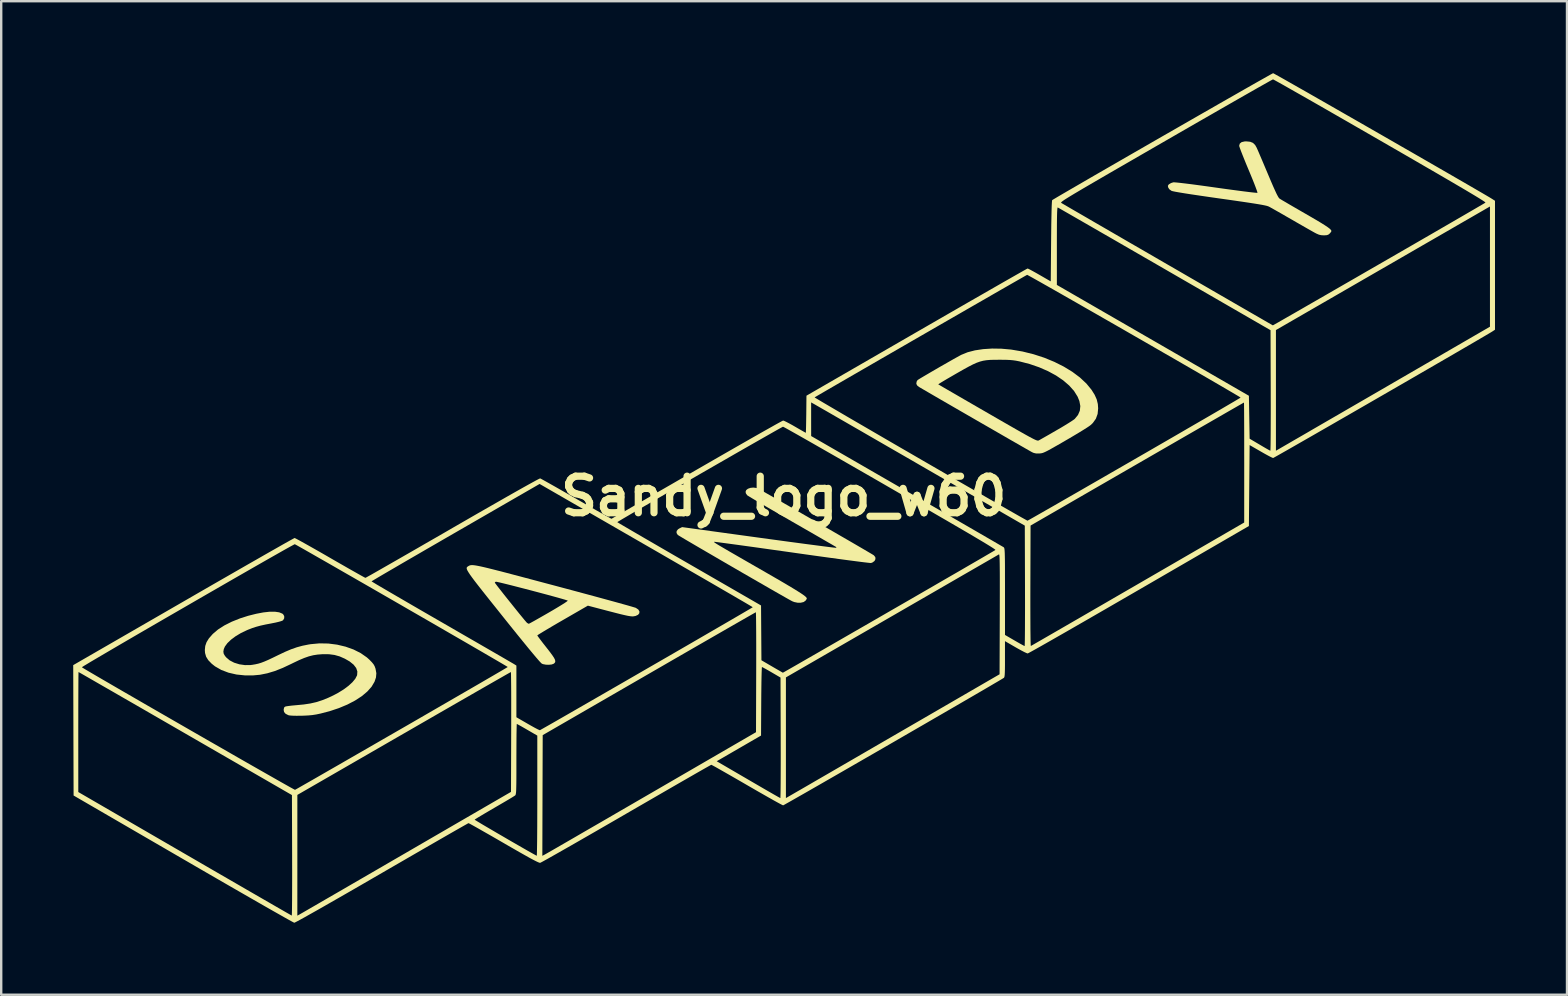
<source format=kicad_pcb>
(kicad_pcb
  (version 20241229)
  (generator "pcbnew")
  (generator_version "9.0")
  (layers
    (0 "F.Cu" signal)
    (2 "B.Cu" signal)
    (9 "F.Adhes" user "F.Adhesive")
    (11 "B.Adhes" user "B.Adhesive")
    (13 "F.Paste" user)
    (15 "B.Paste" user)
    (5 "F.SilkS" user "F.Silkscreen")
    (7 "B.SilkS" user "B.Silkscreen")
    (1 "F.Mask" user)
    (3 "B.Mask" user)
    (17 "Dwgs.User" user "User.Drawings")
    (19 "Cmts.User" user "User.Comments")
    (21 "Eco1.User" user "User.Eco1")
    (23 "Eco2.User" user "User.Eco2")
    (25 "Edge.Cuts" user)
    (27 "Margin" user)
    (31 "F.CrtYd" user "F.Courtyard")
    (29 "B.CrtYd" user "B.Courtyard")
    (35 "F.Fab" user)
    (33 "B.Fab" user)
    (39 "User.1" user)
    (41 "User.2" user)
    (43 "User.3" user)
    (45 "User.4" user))
  (footprint "Sandy_logo_w60"
    (layer "F.Cu")
    (at 29.604 17.624)
    (property "Reference" "Sandy_logo_w60" (at 0 0 0) (layer "F.SilkS") (effects (font (size 1.524 1.524) (thickness 0.3))))
    (attr board_only exclude_from_pos_files exclude_from_bom)
    (fp_poly (pts (xy 19.432 -14.768) (xy 19.551 -14.72) (xy 19.64 -14.632) (xy 19.701 -14.525) (xy 19.73 -14.46) (xy 19.78 -14.347) (xy 19.845 -14.194) (xy 19.924 -14.009) (xy 20.013 -13.799) (xy 20.108 -13.574) (xy 20.177 -13.411) (xy 20.294 -13.134) (xy 20.391 -12.909) (xy 20.471 -12.731) (xy 20.534 -12.596) (xy 20.585 -12.499) (xy 20.623 -12.436) (xy 20.652 -12.403) (xy 20.655 -12.401) (xy 20.698 -12.374) (xy 20.786 -12.321) (xy 20.915 -12.246) (xy 21.076 -12.151) (xy 21.264 -12.042) (xy 21.473 -11.921) (xy 21.696 -11.792) (xy 21.707 -11.786) (xy 21.987 -11.624) (xy 22.218 -11.489) (xy 22.404 -11.377) (xy 22.55 -11.285) (xy 22.66 -11.211) (xy 22.738 -11.153) (xy 22.787 -11.106) (xy 22.812 -11.07) (xy 22.818 -11.046) (xy 22.798 -11.006) (xy 22.751 -10.949) (xy 22.744 -10.942) (xy 22.689 -10.898) (xy 22.624 -10.876) (xy 22.526 -10.869) (xy 22.497 -10.869) (xy 22.392 -10.875) (xy 22.299 -10.896) (xy 22.196 -10.94) (xy 22.112 -10.984) (xy 22.032 -11.029) (xy 21.908 -11.099) (xy 21.75 -11.189) (xy 21.567 -11.294) (xy 21.366 -11.409) (xy 21.159 -11.529) (xy 21.122 -11.55) (xy 20.918 -11.667) (xy 20.726 -11.778) (xy 20.552 -11.877) (xy 20.405 -11.96) (xy 20.292 -12.023) (xy 20.221 -12.062) (xy 20.211 -12.067) (xy 20.174 -12.082) (xy 20.118 -12.099) (xy 20.04 -12.117) (xy 19.934 -12.138) (xy 19.798 -12.162) (xy 19.626 -12.19) (xy 19.415 -12.223) (xy 19.161 -12.261) (xy 18.859 -12.305) (xy 18.504 -12.356) (xy 18.169 -12.403) (xy 17.721 -12.467) (xy 17.326 -12.525) (xy 16.988 -12.575) (xy 16.705 -12.619) (xy 16.48 -12.656) (xy 16.312 -12.686) (xy 16.202 -12.709) (xy 16.153 -12.724) (xy 16.063 -12.79) (xy 16.018 -12.861) (xy 16.004 -12.929) (xy 16.03 -12.977) (xy 16.058 -13.002) (xy 16.138 -13.048) (xy 16.227 -13.077) (xy 16.28 -13.077) (xy 16.388 -13.068) (xy 16.549 -13.051) (xy 16.759 -13.026) (xy 17.015 -12.994) (xy 17.314 -12.954) (xy 17.651 -12.908) (xy 18.019 -12.856) (xy 18.331 -12.812) (xy 18.625 -12.772) (xy 18.896 -12.736) (xy 19.139 -12.704) (xy 19.347 -12.678) (xy 19.516 -12.658) (xy 19.641 -12.645) (xy 19.716 -12.639) (xy 19.736 -12.64) (xy 19.731 -12.672) (xy 19.704 -12.753) (xy 19.659 -12.876) (xy 19.598 -13.035) (xy 19.523 -13.222) (xy 19.437 -13.431) (xy 19.368 -13.596) (xy 19.274 -13.821) (xy 19.189 -14.03) (xy 19.114 -14.217) (xy 19.052 -14.375) (xy 19.007 -14.497) (xy 18.981 -14.575) (xy 18.975 -14.6) (xy 19.001 -14.692) (xy 19.077 -14.753) (xy 19.201 -14.781) (xy 19.27 -14.784)) (stroke (width 0) (type solid)) (fill yes) (layer "F.SilkS"))
    (fp_poly (pts (xy -21.022 4.838) (xy -20.891 4.892) (xy -20.859 4.917) (xy -20.813 4.993) (xy -20.812 5.082) (xy -20.855 5.16) (xy -20.879 5.18) (xy -20.935 5.203) (xy -21.036 5.232) (xy -21.17 5.264) (xy -21.321 5.294) (xy -21.339 5.298) (xy -21.592 5.346) (xy -21.801 5.392) (xy -21.981 5.441) (xy -22.147 5.495) (xy -22.316 5.561) (xy -22.37 5.584) (xy -22.617 5.702) (xy -22.839 5.835) (xy -23.029 5.977) (xy -23.18 6.122) (xy -23.284 6.264) (xy -23.33 6.371) (xy -23.348 6.476) (xy -23.333 6.565) (xy -23.279 6.656) (xy -23.228 6.717) (xy -23.085 6.839) (xy -22.899 6.936) (xy -22.683 7.003) (xy -22.45 7.037) (xy -22.213 7.034) (xy -22.142 7.025) (xy -22.013 7.003) (xy -21.893 6.976) (xy -21.771 6.939) (xy -21.638 6.888) (xy -21.482 6.821) (xy -21.293 6.732) (xy -21.067 6.622) (xy -20.779 6.485) (xy -20.524 6.377) (xy -20.287 6.294) (xy -20.052 6.23) (xy -19.803 6.18) (xy -19.711 6.165) (xy -19.344 6.131) (xy -18.974 6.138) (xy -18.607 6.185) (xy -18.255 6.269) (xy -17.924 6.387) (xy -17.626 6.537) (xy -17.368 6.717) (xy -17.265 6.81) (xy -17.161 6.917) (xy -17.092 7.001) (xy -17.046 7.081) (xy -17.013 7.172) (xy -17.008 7.188) (xy -16.974 7.374) (xy -16.989 7.55) (xy -17.05 7.73) (xy -17.173 7.938) (xy -17.352 8.139) (xy -17.582 8.332) (xy -17.859 8.512) (xy -18.178 8.679) (xy -18.534 8.828) (xy -18.925 8.958) (xy -19.294 9.054) (xy -19.473 9.092) (xy -19.638 9.118) (xy -19.811 9.134) (xy -20.013 9.144) (xy -20.101 9.146) (xy -20.304 9.148) (xy -20.468 9.144) (xy -20.585 9.135) (xy -20.641 9.123) (xy -20.756 9.064) (xy -20.819 8.99) (xy -20.836 8.898) (xy -20.818 8.807) (xy -20.779 8.769) (xy -20.729 8.755) (xy -20.632 8.74) (xy -20.501 8.724) (xy -20.349 8.71) (xy -20.314 8.707) (xy -19.998 8.677) (xy -19.725 8.636) (xy -19.476 8.579) (xy -19.234 8.501) (xy -18.983 8.4) (xy -18.83 8.33) (xy -18.572 8.196) (xy -18.339 8.052) (xy -18.136 7.901) (xy -17.972 7.751) (xy -17.851 7.605) (xy -17.781 7.47) (xy -17.775 7.45) (xy -17.765 7.302) (xy -17.814 7.158) (xy -17.921 7.019) (xy -18.086 6.885) (xy -18.286 6.77) (xy -18.504 6.674) (xy -18.717 6.614) (xy -18.944 6.584) (xy -19.206 6.582) (xy -19.23 6.583) (xy -19.423 6.598) (xy -19.604 6.626) (xy -19.785 6.672) (xy -19.978 6.739) (xy -20.196 6.831) (xy -20.448 6.951) (xy -20.506 6.98) (xy -20.871 7.152) (xy -21.204 7.284) (xy -21.517 7.378) (xy -21.82 7.439) (xy -22.125 7.467) (xy -22.441 7.466) (xy -22.443 7.466) (xy -22.802 7.429) (xy -23.135 7.352) (xy -23.435 7.238) (xy -23.695 7.089) (xy -23.836 6.977) (xy -23.977 6.831) (xy -24.066 6.688) (xy -24.111 6.532) (xy -24.12 6.409) (xy -24.103 6.24) (xy -24.048 6.081) (xy -23.95 5.923) (xy -23.802 5.754) (xy -23.781 5.732) (xy -23.57 5.553) (xy -23.306 5.384) (xy -22.997 5.228) (xy -22.649 5.089) (xy -22.313 4.982) (xy -21.982 4.899) (xy -21.684 4.842) (xy -21.422 4.813) (xy -21.2 4.812)) (stroke (width 0) (type solid)) (fill yes) (layer "F.SilkS"))
    (fp_poly (pts (xy -12.921 2.874) (xy -12.844 2.884) (xy -12.748 2.901) (xy -12.629 2.925) (xy -12.483 2.958) (xy -12.308 3) (xy -12.1 3.052) (xy -11.856 3.114) (xy -11.574 3.187) (xy -11.248 3.273) (xy -10.877 3.371) (xy -10.458 3.482) (xy -9.986 3.608) (xy -9.563 3.72) (xy -9.129 3.836) (xy -8.71 3.948) (xy -8.31 4.056) (xy -7.931 4.158) (xy -7.579 4.254) (xy -7.257 4.342) (xy -6.969 4.421) (xy -6.718 4.491) (xy -6.509 4.549) (xy -6.346 4.596) (xy -6.232 4.63) (xy -6.17 4.649) (xy -6.163 4.652) (xy -6.06 4.721) (xy -6.013 4.799) (xy -6.017 4.875) (xy -6.071 4.942) (xy -6.173 4.989) (xy -6.265 5.006) (xy -6.321 5.007) (xy -6.395 5) (xy -6.494 4.984) (xy -6.624 4.956) (xy -6.791 4.917) (xy -7.003 4.863) (xy -7.266 4.795) (xy -7.286 4.79) (xy -8.161 4.56) (xy -9.214 5.168) (xy -9.443 5.3) (xy -9.654 5.424) (xy -9.843 5.536) (xy -10.004 5.632) (xy -10.132 5.71) (xy -10.22 5.765) (xy -10.264 5.796) (xy -10.268 5.8) (xy -10.25 5.83) (xy -10.2 5.899) (xy -10.124 6) (xy -10.028 6.126) (xy -9.916 6.268) (xy -9.893 6.297) (xy -9.751 6.479) (xy -9.645 6.622) (xy -9.572 6.732) (xy -9.531 6.814) (xy -9.518 6.876) (xy -9.529 6.924) (xy -9.564 6.963) (xy -9.584 6.979) (xy -9.666 7.01) (xy -9.783 7.023) (xy -9.911 7.019) (xy -10.027 6.997) (xy -10.076 6.978) (xy -10.115 6.944) (xy -10.191 6.863) (xy -10.303 6.734) (xy -10.452 6.557) (xy -10.637 6.334) (xy -10.859 6.062) (xy -11.118 5.743) (xy -11.413 5.377) (xy -11.69 5.031) (xy -11.972 4.677) (xy -12.22 4.367) (xy -12.434 4.098) (xy -12.617 3.867) (xy -12.771 3.67) (xy -12.826 3.599) (xy -12.039 3.599) (xy -12.021 3.627) (xy -11.97 3.695) (xy -11.892 3.797) (xy -11.791 3.925) (xy -11.674 4.075) (xy -11.544 4.238) (xy -11.407 4.409) (xy -11.269 4.581) (xy -11.135 4.748) (xy -11.01 4.903) (xy -10.898 5.039) (xy -10.806 5.151) (xy -10.738 5.231) (xy -10.7 5.273) (xy -10.696 5.277) (xy -10.644 5.308) (xy -10.622 5.314) (xy -10.59 5.3) (xy -10.514 5.259) (xy -10.398 5.195) (xy -10.25 5.111) (xy -10.076 5.012) (xy -9.882 4.901) (xy -9.785 4.845) (xy -9.586 4.729) (xy -9.407 4.622) (xy -9.253 4.528) (xy -9.129 4.45) (xy -9.044 4.392) (xy -9.001 4.358) (xy -8.998 4.352) (xy -9.033 4.337) (xy -9.119 4.31) (xy -9.25 4.272) (xy -9.419 4.224) (xy -9.619 4.169) (xy -9.843 4.108) (xy -10.085 4.043) (xy -10.338 3.976) (xy -10.595 3.908) (xy -10.849 3.842) (xy -11.094 3.779) (xy -11.323 3.72) (xy -11.53 3.668) (xy -11.706 3.625) (xy -11.847 3.591) (xy -11.944 3.57) (xy -11.992 3.562) (xy -11.995 3.562) (xy -12.034 3.588) (xy -12.039 3.599) (xy -12.826 3.599) (xy -12.898 3.505) (xy -13 3.368) (xy -13.079 3.257) (xy -13.137 3.168) (xy -13.178 3.099) (xy -13.201 3.046) (xy -13.211 3.006) (xy -13.208 2.976) (xy -13.195 2.954) (xy -13.174 2.935) (xy -13.15 2.919) (xy -13.123 2.903) (xy -13.096 2.889) (xy -13.066 2.879) (xy -13.029 2.872) (xy -12.982 2.87)) (stroke (width 0) (type solid)) (fill yes) (layer "F.SilkS"))
    (fp_poly (pts (xy -1.14 -0.344) (xy -1.09 -0.328) (xy -1.053 -0.309) (xy -0.968 -0.262) (xy -0.84 -0.19) (xy -0.674 -0.096) (xy -0.474 0.017) (xy -0.245 0.148) (xy 0.009 0.294) (xy 0.284 0.451) (xy 0.574 0.617) (xy 0.875 0.791) (xy 1.183 0.968) (xy 1.494 1.147) (xy 1.801 1.324) (xy 2.102 1.498) (xy 2.392 1.666) (xy 2.666 1.824) (xy 2.919 1.971) (xy 3.147 2.104) (xy 3.346 2.22) (xy 3.511 2.317) (xy 3.637 2.391) (xy 3.72 2.441) (xy 3.755 2.464) (xy 3.814 2.537) (xy 3.821 2.619) (xy 3.782 2.698) (xy 3.7 2.759) (xy 3.636 2.783) (xy 3.597 2.781) (xy 3.503 2.771) (xy 3.357 2.754) (xy 3.163 2.73) (xy 2.926 2.699) (xy 2.649 2.663) (xy 2.336 2.621) (xy 1.991 2.574) (xy 1.618 2.523) (xy 1.221 2.468) (xy 0.804 2.409) (xy 0.371 2.348) (xy 0.339 2.343) (xy -0.094 2.282) (xy -0.51 2.224) (xy -0.905 2.168) (xy -1.276 2.116) (xy -1.619 2.069) (xy -1.929 2.026) (xy -2.203 1.989) (xy -2.438 1.957) (xy -2.628 1.932) (xy -2.771 1.913) (xy -2.863 1.902) (xy -2.9 1.899) (xy -2.9 1.899) (xy -2.903 1.905) (xy -2.901 1.912) (xy -2.891 1.923) (xy -2.867 1.941) (xy -2.828 1.967) (xy -2.77 2.004) (xy -2.689 2.053) (xy -2.582 2.116) (xy -2.445 2.196) (xy -2.276 2.295) (xy -2.069 2.414) (xy -1.823 2.556) (xy -1.533 2.723) (xy -1.196 2.917) (xy -1.021 3.017) (xy -0.643 3.235) (xy -0.314 3.425) (xy -0.031 3.59) (xy 0.209 3.732) (xy 0.409 3.852) (xy 0.573 3.953) (xy 0.703 4.036) (xy 0.803 4.103) (xy 0.875 4.157) (xy 0.924 4.2) (xy 0.951 4.233) (xy 0.961 4.258) (xy 0.961 4.261) (xy 0.944 4.301) (xy 0.905 4.355) (xy 0.827 4.409) (xy 0.711 4.437) (xy 0.575 4.437) (xy 0.437 4.409) (xy 0.356 4.377) (xy 0.299 4.347) (xy 0.196 4.29) (xy 0.053 4.209) (xy -0.126 4.107) (xy -0.338 3.986) (xy -0.576 3.85) (xy -0.837 3.699) (xy -1.117 3.538) (xy -1.41 3.369) (xy -1.712 3.195) (xy -2.019 3.017) (xy -2.326 2.839) (xy -2.629 2.663) (xy -2.922 2.492) (xy -3.202 2.329) (xy -3.465 2.176) (xy -3.704 2.036) (xy -3.917 1.911) (xy -4.098 1.805) (xy -4.242 1.719) (xy -4.347 1.656) (xy -4.406 1.619) (xy -4.417 1.611) (xy -4.467 1.533) (xy -4.462 1.451) (xy -4.404 1.377) (xy -4.346 1.341) (xy -4.234 1.287) (xy -1.034 1.727) (xy -0.603 1.786) (xy -0.188 1.842) (xy 0.206 1.896) (xy 0.575 1.945) (xy 0.916 1.991) (xy 1.225 2.031) (xy 1.498 2.067) (xy 1.73 2.097) (xy 1.919 2.121) (xy 2.06 2.138) (xy 2.15 2.147) (xy 2.184 2.149) (xy 2.184 2.149) (xy 2.19 2.122) (xy 2.189 2.121) (xy 2.162 2.104) (xy 2.086 2.06) (xy 1.968 1.991) (xy 1.809 1.9) (xy 1.616 1.788) (xy 1.391 1.658) (xy 1.14 1.513) (xy 0.866 1.356) (xy 0.573 1.187) (xy 0.36 1.065) (xy 0.056 0.889) (xy -0.235 0.721) (xy -0.507 0.563) (xy -0.756 0.418) (xy -0.978 0.288) (xy -1.168 0.176) (xy -1.322 0.085) (xy -1.436 0.016) (xy -1.505 -0.027) (xy -1.524 -0.04) (xy -1.576 -0.115) (xy -1.591 -0.182) (xy -1.564 -0.255) (xy -1.492 -0.311) (xy -1.388 -0.348) (xy -1.266 -0.36)) (stroke (width 0) (type solid)) (fill yes) (layer "F.SilkS"))
    (fp_poly (pts (xy 9.068 -6.146) (xy 9.467 -6.11) (xy 9.478 -6.109) (xy 9.948 -6.029) (xy 10.408 -5.915) (xy 10.851 -5.771) (xy 11.272 -5.598) (xy 11.665 -5.401) (xy 12.023 -5.183) (xy 12.34 -4.946) (xy 12.61 -4.693) (xy 12.822 -4.435) (xy 12.953 -4.226) (xy 13.039 -4.034) (xy 13.086 -3.84) (xy 13.099 -3.659) (xy 13.077 -3.428) (xy 13.004 -3.227) (xy 12.877 -3.05) (xy 12.79 -2.967) (xy 12.73 -2.922) (xy 12.625 -2.852) (xy 12.482 -2.762) (xy 12.308 -2.655) (xy 12.111 -2.537) (xy 11.898 -2.411) (xy 11.734 -2.316) (xy 11.492 -2.175) (xy 11.294 -2.063) (xy 11.137 -1.974) (xy 11.013 -1.906) (xy 10.916 -1.857) (xy 10.841 -1.823) (xy 10.781 -1.801) (xy 10.73 -1.789) (xy 10.682 -1.783) (xy 10.643 -1.78) (xy 10.514 -1.781) (xy 10.415 -1.803) (xy 10.343 -1.835) (xy 10.29 -1.865) (xy 10.191 -1.921) (xy 10.05 -2.002) (xy 9.872 -2.104) (xy 9.661 -2.225) (xy 9.423 -2.361) (xy 9.162 -2.512) (xy 8.883 -2.673) (xy 8.59 -2.842) (xy 8.287 -3.016) (xy 7.98 -3.193) (xy 7.674 -3.37) (xy 7.372 -3.544) (xy 7.08 -3.713) (xy 6.802 -3.874) (xy 6.542 -4.024) (xy 6.306 -4.161) (xy 6.098 -4.282) (xy 5.923 -4.384) (xy 5.785 -4.464) (xy 5.689 -4.52) (xy 5.64 -4.55) (xy 5.637 -4.552) (xy 5.56 -4.612) (xy 5.535 -4.66) (xy 6.438 -4.66) (xy 6.466 -4.644) (xy 6.541 -4.6) (xy 6.66 -4.53) (xy 6.82 -4.437) (xy 7.016 -4.324) (xy 7.244 -4.192) (xy 7.5 -4.043) (xy 7.781 -3.881) (xy 8.082 -3.707) (xy 8.399 -3.524) (xy 8.498 -3.467) (xy 8.873 -3.25) (xy 9.2 -3.062) (xy 9.481 -2.901) (xy 9.721 -2.763) (xy 9.923 -2.649) (xy 10.09 -2.555) (xy 10.227 -2.479) (xy 10.336 -2.421) (xy 10.422 -2.377) (xy 10.487 -2.347) (xy 10.535 -2.328) (xy 10.57 -2.319) (xy 10.594 -2.316) (xy 10.613 -2.32) (xy 10.626 -2.325) (xy 10.673 -2.351) (xy 10.764 -2.403) (xy 10.891 -2.475) (xy 11.046 -2.563) (xy 11.22 -2.664) (xy 11.364 -2.747) (xy 11.551 -2.855) (xy 11.725 -2.96) (xy 11.879 -3.055) (xy 12.003 -3.135) (xy 12.09 -3.194) (xy 12.125 -3.222) (xy 12.259 -3.385) (xy 12.336 -3.563) (xy 12.356 -3.756) (xy 12.317 -3.965) (xy 12.243 -4.147) (xy 12.096 -4.383) (xy 11.893 -4.611) (xy 11.642 -4.827) (xy 11.346 -5.028) (xy 11.011 -5.21) (xy 10.642 -5.371) (xy 10.244 -5.508) (xy 9.823 -5.617) (xy 9.808 -5.62) (xy 9.676 -5.646) (xy 9.551 -5.664) (xy 9.416 -5.676) (xy 9.257 -5.683) (xy 9.059 -5.685) (xy 8.962 -5.685) (xy 8.763 -5.684) (xy 8.593 -5.679) (xy 8.444 -5.666) (xy 8.307 -5.644) (xy 8.174 -5.609) (xy 8.034 -5.559) (xy 7.881 -5.49) (xy 7.704 -5.399) (xy 7.496 -5.285) (xy 7.247 -5.143) (xy 7.177 -5.103) (xy 6.986 -4.992) (xy 6.813 -4.892) (xy 6.666 -4.805) (xy 6.55 -4.735) (xy 6.473 -4.686) (xy 6.439 -4.662) (xy 6.438 -4.66) (xy 5.535 -4.66) (xy 5.528 -4.673) (xy 5.524 -4.709) (xy 5.542 -4.788) (xy 5.577 -4.839) (xy 5.616 -4.865) (xy 5.699 -4.916) (xy 5.82 -4.988) (xy 5.97 -5.076) (xy 6.142 -5.177) (xy 6.328 -5.285) (xy 6.521 -5.397) (xy 6.714 -5.507) (xy 6.898 -5.612) (xy 7.066 -5.708) (xy 7.211 -5.789) (xy 7.325 -5.852) (xy 7.4 -5.892) (xy 7.401 -5.892) (xy 7.661 -5.998) (xy 7.967 -6.077) (xy 8.309 -6.128) (xy 8.679 -6.152)) (stroke (width 0) (type solid)) (fill yes) (layer "F.SilkS"))
    (fp_poly (pts (xy 20.419 -17.609) (xy 20.497 -17.566) (xy 20.622 -17.497) (xy 20.788 -17.404) (xy 20.994 -17.287) (xy 21.235 -17.15) (xy 21.509 -16.994) (xy 21.813 -16.822) (xy 22.142 -16.633) (xy 22.495 -16.432) (xy 22.867 -16.219) (xy 23.256 -15.996) (xy 23.658 -15.766) (xy 24.071 -15.53) (xy 24.49 -15.289) (xy 24.912 -15.047) (xy 25.335 -14.804) (xy 25.755 -14.562) (xy 26.17 -14.324) (xy 26.574 -14.091) (xy 26.967 -13.865) (xy 27.343 -13.648) (xy 27.7 -13.442) (xy 28.036 -13.248) (xy 28.346 -13.069) (xy 28.627 -12.906) (xy 28.876 -12.761) (xy 29.09 -12.637) (xy 29.266 -12.534) (xy 29.4 -12.455) (xy 29.489 -12.401) (xy 29.521 -12.381) (xy 29.633 -12.309) (xy 29.633 -6.936) (xy 29.521 -6.863) (xy 29.466 -6.829) (xy 29.365 -6.769) (xy 29.219 -6.683) (xy 29.033 -6.574) (xy 28.81 -6.443) (xy 28.552 -6.293) (xy 28.263 -6.125) (xy 27.947 -5.941) (xy 27.606 -5.743) (xy 27.243 -5.533) (xy 26.863 -5.313) (xy 26.467 -5.084) (xy 26.06 -4.848) (xy 25.645 -4.608) (xy 25.224 -4.365) (xy 24.801 -4.121) (xy 24.38 -3.878) (xy 23.962 -3.637) (xy 23.553 -3.401) (xy 23.154 -3.172) (xy 22.77 -2.95) (xy 22.402 -2.739) (xy 22.056 -2.54) (xy 21.733 -2.355) (xy 21.436 -2.185) (xy 21.171 -2.033) (xy 20.938 -1.9) (xy 20.742 -1.789) (xy 20.586 -1.7) (xy 20.473 -1.637) (xy 20.406 -1.6) (xy 20.388 -1.592) (xy 20.348 -1.607) (xy 20.265 -1.647) (xy 20.15 -1.708) (xy 20.01 -1.785) (xy 19.876 -1.862) (xy 19.41 -2.131) (xy 19.395 -0.445) (xy 19.38 1.242) (xy 14.802 3.896) (xy 14.317 4.177) (xy 13.846 4.449) (xy 13.392 4.712) (xy 12.956 4.963) (xy 12.542 5.202) (xy 12.152 5.426) (xy 11.789 5.635) (xy 11.455 5.826) (xy 11.154 5.998) (xy 10.887 6.15) (xy 10.658 6.28) (xy 10.469 6.386) (xy 10.323 6.467) (xy 10.222 6.522) (xy 10.17 6.549) (xy 10.163 6.552) (xy 10.118 6.537) (xy 10.031 6.497) (xy 9.913 6.436) (xy 9.773 6.359) (xy 9.66 6.295) (xy 9.217 6.038) (xy 9.217 6.783) (xy 9.217 7.02) (xy 9.215 7.204) (xy 9.211 7.341) (xy 9.206 7.439) (xy 9.198 7.505) (xy 9.187 7.545) (xy 9.173 7.565) (xy 9.173 7.566) (xy 9.138 7.588) (xy 9.055 7.638) (xy 8.927 7.714) (xy 8.756 7.814) (xy 8.547 7.937) (xy 8.303 8.08) (xy 8.026 8.241) (xy 7.72 8.419) (xy 7.388 8.612) (xy 7.033 8.818) (xy 6.659 9.035) (xy 6.268 9.261) (xy 5.865 9.495) (xy 5.451 9.734) (xy 5.031 9.977) (xy 4.608 10.222) (xy 4.184 10.467) (xy 3.763 10.71) (xy 3.348 10.949) (xy 2.942 11.183) (xy 2.55 11.409) (xy 2.173 11.626) (xy 1.814 11.832) (xy 1.479 12.025) (xy 1.168 12.203) (xy 0.886 12.365) (xy 0.636 12.507) (xy 0.421 12.63) (xy 0.245 12.73) (xy 0.109 12.806) (xy 0.019 12.857) (xy -0.024 12.879) (xy -0.027 12.88) (xy -0.061 12.865) (xy -0.142 12.823) (xy -0.266 12.756) (xy -0.427 12.667) (xy -0.585 12.577) (xy 0.09 12.577) (xy 0.593 12.286) (xy 0.677 12.238) (xy 0.81 12.161) (xy 0.988 12.058) (xy 1.208 11.93) (xy 1.467 11.78) (xy 1.761 11.61) (xy 2.087 11.421) (xy 2.442 11.215) (xy 2.822 10.995) (xy 3.225 10.761) (xy 3.646 10.517) (xy 4.082 10.264) (xy 4.531 10.004) (xy 4.989 9.739) (xy 5.044 9.707) (xy 8.992 7.419) (xy 9 4.909) (xy 9.001 4.454) (xy 9.002 4.056) (xy 9.002 3.711) (xy 9.002 3.416) (xy 9.001 3.166) (xy 8.999 2.96) (xy 8.997 2.793) (xy 8.994 2.662) (xy 8.991 2.563) (xy 8.986 2.493) (xy 8.981 2.449) (xy 8.974 2.426) (xy 8.967 2.423) (xy 8.967 2.423) (xy 8.937 2.44) (xy 8.858 2.486) (xy 8.732 2.559) (xy 8.562 2.657) (xy 8.351 2.779) (xy 8.102 2.923) (xy 7.816 3.088) (xy 7.498 3.271) (xy 7.149 3.473) (xy 6.773 3.69) (xy 6.372 3.922) (xy 5.948 4.167) (xy 5.505 4.422) (xy 5.045 4.688) (xy 4.571 4.962) (xy 4.508 4.998) (xy 0.09 7.549) (xy 0.09 12.577) (xy -0.585 12.577) (xy -0.62 12.558) (xy -0.841 12.432) (xy -1.085 12.293) (xy -1.346 12.142) (xy -1.531 12.035) (xy -1.802 11.878) (xy -2.057 11.731) (xy -2.292 11.596) (xy -2.503 11.476) (xy -2.684 11.373) (xy -2.83 11.29) (xy -2.938 11.231) (xy -3.002 11.197) (xy -3.017 11.19) (xy -3.046 11.204) (xy -3.125 11.248) (xy -3.248 11.317) (xy -3.415 11.412) (xy -3.622 11.53) (xy -3.865 11.67) (xy -4.142 11.829) (xy -4.45 12.006) (xy -4.786 12.2) (xy -5.146 12.408) (xy -5.528 12.629) (xy -5.929 12.861) (xy -6.346 13.102) (xy -6.56 13.226) (xy -6.984 13.472) (xy -7.395 13.709) (xy -7.789 13.937) (xy -8.163 14.152) (xy -8.514 14.354) (xy -8.84 14.541) (xy -9.137 14.71) (xy -9.402 14.861) (xy -9.632 14.991) (xy -9.823 15.099) (xy -9.974 15.183) (xy -10.08 15.241) (xy -10.139 15.271) (xy -10.149 15.275) (xy -10.18 15.27) (xy -10.237 15.248) (xy -10.322 15.208) (xy -10.44 15.147) (xy -10.593 15.065) (xy -10.739 14.983) (xy -10.058 14.983) (xy -9.946 14.924) (xy -9.908 14.902) (xy -9.82 14.852) (xy -9.687 14.776) (xy -9.51 14.674) (xy -9.292 14.548) (xy -9.036 14.4) (xy -8.745 14.232) (xy -8.422 14.044) (xy -8.069 13.84) (xy -7.688 13.62) (xy -7.284 13.386) (xy -6.859 13.139) (xy -6.415 12.882) (xy -5.955 12.615) (xy -5.494 12.348) (xy -3.243 11.042) (xy -2.793 11.042) (xy -1.479 11.808) (xy -1.223 11.957) (xy -0.982 12.097) (xy -0.762 12.225) (xy -0.567 12.337) (xy -0.404 12.431) (xy -0.275 12.504) (xy -0.187 12.553) (xy -0.145 12.576) (xy -0.142 12.577) (xy -0.139 12.548) (xy -0.136 12.464) (xy -0.133 12.328) (xy -0.131 12.145) (xy -0.129 11.92) (xy -0.128 11.657) (xy -0.127 11.36) (xy -0.126 11.033) (xy -0.126 10.682) (xy -0.127 10.31) (xy -0.127 10.068) (xy -0.135 7.555) (xy -0.51 7.336) (xy -0.645 7.258) (xy -0.762 7.192) (xy -0.85 7.144) (xy -0.901 7.119) (xy -0.908 7.116) (xy -0.913 7.145) (xy -0.917 7.228) (xy -0.922 7.36) (xy -0.926 7.534) (xy -0.93 7.745) (xy -0.933 7.987) (xy -0.936 8.254) (xy -0.938 8.54) (xy -0.938 8.544) (xy -0.946 9.972) (xy -1.87 10.507) (xy -2.793 11.042) (xy -3.243 11.042) (xy -1.156 9.832) (xy -1.148 7.333) (xy -1.147 6.951) (xy -1.147 6.587) (xy -1.147 6.246) (xy -1.148 5.931) (xy -1.149 5.647) (xy -1.151 5.398) (xy -1.153 5.19) (xy -1.155 5.025) (xy -1.158 4.909) (xy -1.161 4.846) (xy -1.163 4.835) (xy -1.191 4.85) (xy -1.269 4.894) (xy -1.392 4.964) (xy -1.56 5.06) (xy -1.769 5.18) (xy -2.017 5.322) (xy -2.301 5.485) (xy -2.617 5.667) (xy -2.965 5.867) (xy -3.34 6.083) (xy -3.74 6.313) (xy -4.163 6.557) (xy -4.605 6.812) (xy -5.065 7.078) (xy -5.538 7.351) (xy -5.614 7.395) (xy -10.043 9.954) (xy -10.051 12.468) (xy -10.058 14.983) (xy -10.739 14.983) (xy -10.784 14.958) (xy -11.018 14.826) (xy -11.295 14.667) (xy -11.621 14.479) (xy -11.664 14.454) (xy -11.933 14.298) (xy -12.186 14.152) (xy -12.42 14.019) (xy -12.629 13.9) (xy -12.808 13.798) (xy -12.953 13.717) (xy -13.058 13.659) (xy -13.12 13.627) (xy -13.134 13.622) (xy -13.163 13.636) (xy -13.241 13.68) (xy -13.365 13.75) (xy -13.532 13.845) (xy -13.739 13.963) (xy -13.983 14.103) (xy -14.261 14.263) (xy -14.57 14.441) (xy -14.907 14.635) (xy -15.269 14.844) (xy -15.653 15.066) (xy -16.055 15.299) (xy -16.474 15.541) (xy -16.745 15.698) (xy -17.217 15.971) (xy -17.665 16.231) (xy -18.088 16.475) (xy -18.484 16.702) (xy -18.849 16.911) (xy -19.181 17.101) (xy -19.478 17.27) (xy -19.738 17.416) (xy -19.958 17.54) (xy -20.136 17.638) (xy -20.269 17.71) (xy -20.355 17.755) (xy -20.392 17.771) (xy -20.393 17.771) (xy -20.426 17.756) (xy -20.508 17.712) (xy -20.636 17.641) (xy -20.809 17.544) (xy -20.93 17.475) (xy -20.266 17.475) (xy -20.183 17.431) (xy -20.149 17.411) (xy -20.065 17.363) (xy -19.935 17.288) (xy -19.761 17.187) (xy -19.546 17.063) (xy -19.293 16.916) (xy -19.005 16.749) (xy -18.683 16.563) (xy -18.332 16.36) (xy -17.954 16.14) (xy -17.551 15.907) (xy -17.127 15.661) (xy -16.683 15.404) (xy -16.224 15.137) (xy -15.75 14.863) (xy -15.732 14.852) (xy -13.362 13.477) (xy -12.879 13.477) (xy -12.854 13.495) (xy -12.782 13.539) (xy -12.671 13.606) (xy -12.526 13.693) (xy -12.352 13.795) (xy -12.157 13.909) (xy -11.946 14.033) (xy -11.725 14.161) (xy -11.501 14.292) (xy -11.278 14.421) (xy -11.064 14.544) (xy -10.864 14.659) (xy -10.685 14.762) (xy -10.532 14.848) (xy -10.411 14.916) (xy -10.329 14.961) (xy -10.292 14.98) (xy -10.291 14.98) (xy -10.287 14.951) (xy -10.284 14.866) (xy -10.281 14.73) (xy -10.278 14.548) (xy -10.275 14.322) (xy -10.273 14.059) (xy -10.271 13.762) (xy -10.27 13.436) (xy -10.269 13.085) (xy -10.268 12.713) (xy -10.268 12.478) (xy -10.268 9.974) (xy -10.687 9.731) (xy -10.829 9.649) (xy -10.953 9.578) (xy -11.049 9.525) (xy -11.108 9.494) (xy -11.122 9.487) (xy -11.125 9.517) (xy -11.128 9.6) (xy -11.131 9.732) (xy -11.134 9.906) (xy -11.136 10.118) (xy -11.137 10.361) (xy -11.138 10.63) (xy -11.139 10.918) (xy -11.139 10.954) (xy -11.139 11.29) (xy -11.139 11.571) (xy -11.14 11.802) (xy -11.142 11.988) (xy -11.145 12.135) (xy -11.148 12.247) (xy -11.153 12.329) (xy -11.16 12.387) (xy -11.168 12.426) (xy -11.177 12.45) (xy -11.189 12.465) (xy -11.191 12.467) (xy -11.23 12.493) (xy -11.313 12.545) (xy -11.435 12.619) (xy -11.589 12.71) (xy -11.769 12.815) (xy -11.966 12.93) (xy -12.062 12.986) (xy -12.262 13.103) (xy -12.445 13.21) (xy -12.603 13.304) (xy -12.732 13.381) (xy -12.823 13.438) (xy -12.872 13.471) (xy -12.879 13.477) (xy -13.362 13.477) (xy -11.364 12.319) (xy -11.356 9.822) (xy -11.355 9.441) (xy -11.355 9.077) (xy -11.355 8.736) (xy -11.355 8.421) (xy -11.356 8.137) (xy -11.358 7.888) (xy -11.36 7.68) (xy -11.362 7.515) (xy -11.364 7.399) (xy -11.367 7.336) (xy -11.369 7.326) (xy -11.397 7.341) (xy -11.474 7.384) (xy -11.598 7.454) (xy -11.765 7.55) (xy -11.974 7.669) (xy -12.222 7.811) (xy -12.505 7.973) (xy -12.822 8.155) (xy -13.169 8.355) (xy -13.544 8.57) (xy -13.945 8.801) (xy -14.368 9.044) (xy -14.81 9.299) (xy -15.27 9.564) (xy -15.744 9.838) (xy -15.827 9.885) (xy -20.265 12.445) (xy -20.265 14.96) (xy -20.266 17.475) (xy -20.93 17.475) (xy -21.022 17.423) (xy -21.275 17.28) (xy -21.563 17.116) (xy -21.884 16.932) (xy -22.236 16.73) (xy -22.615 16.512) (xy -23.02 16.279) (xy -23.448 16.032) (xy -23.895 15.774) (xy -24.359 15.505) (xy -24.838 15.227) (xy -25.025 15.119) (xy -29.588 12.47) (xy -29.596 9.754) (xy -29.596 9.594) (xy -29.393 9.594) (xy -29.393 9.825) (xy -29.392 12.325) (xy -24.957 14.897) (xy -24.48 15.173) (xy -24.018 15.441) (xy -23.573 15.699) (xy -23.147 15.945) (xy -22.742 16.179) (xy -22.363 16.399) (xy -22.011 16.602) (xy -21.689 16.788) (xy -21.399 16.955) (xy -21.145 17.102) (xy -20.929 17.226) (xy -20.754 17.327) (xy -20.622 17.402) (xy -20.537 17.451) (xy -20.5 17.471) (xy -20.498 17.471) (xy -20.495 17.442) (xy -20.492 17.358) (xy -20.489 17.222) (xy -20.487 17.039) (xy -20.485 16.814) (xy -20.484 16.551) (xy -20.483 16.254) (xy -20.482 15.927) (xy -20.482 15.576) (xy -20.483 15.204) (xy -20.483 14.963) (xy -20.491 12.452) (xy -24.931 9.889) (xy -25.407 9.614) (xy -25.87 9.347) (xy -26.315 9.09) (xy -26.741 8.844) (xy -27.145 8.611) (xy -27.525 8.393) (xy -27.876 8.19) (xy -28.198 8.005) (xy -28.487 7.839) (xy -28.74 7.693) (xy -28.955 7.569) (xy -29.129 7.469) (xy -29.26 7.394) (xy -29.345 7.346) (xy -29.381 7.326) (xy -29.382 7.326) (xy -29.384 7.355) (xy -29.385 7.44) (xy -29.387 7.576) (xy -29.388 7.759) (xy -29.389 7.985) (xy -29.39 8.248) (xy -29.391 8.545) (xy -29.392 8.871) (xy -29.392 9.222) (xy -29.393 9.594) (xy -29.596 9.594) (xy -29.603 7.126) (xy -29.242 7.126) (xy -29.211 7.147) (xy -29.132 7.196) (xy -29.007 7.27) (xy -28.84 7.368) (xy -28.634 7.489) (xy -28.393 7.629) (xy -28.119 7.788) (xy -27.817 7.964) (xy -27.489 8.154) (xy -27.138 8.356) (xy -26.769 8.57) (xy -26.383 8.793) (xy -25.985 9.022) (xy -25.577 9.257) (xy -25.164 9.495) (xy -24.747 9.735) (xy -24.331 9.974) (xy -23.919 10.211) (xy -23.513 10.443) (xy -23.118 10.67) (xy -22.737 10.889) (xy -22.372 11.098) (xy -22.027 11.295) (xy -21.705 11.478) (xy -21.41 11.646) (xy -21.145 11.797) (xy -20.913 11.929) (xy -20.717 12.039) (xy -20.561 12.127) (xy -20.448 12.189) (xy -20.381 12.225) (xy -20.363 12.233) (xy -20.333 12.217) (xy -20.254 12.173) (xy -20.128 12.101) (xy -19.959 12.004) (xy -19.748 11.884) (xy -19.499 11.741) (xy -19.214 11.577) (xy -18.896 11.394) (xy -18.547 11.194) (xy -18.171 10.977) (xy -17.77 10.746) (xy -17.347 10.503) (xy -16.904 10.247) (xy -16.444 9.982) (xy -15.97 9.709) (xy -15.912 9.676) (xy -15.437 9.402) (xy -14.977 9.136) (xy -14.533 8.879) (xy -14.109 8.634) (xy -13.707 8.401) (xy -13.33 8.183) (xy -12.981 7.981) (xy -12.661 7.796) (xy -12.375 7.629) (xy -12.125 7.484) (xy -11.913 7.36) (xy -11.741 7.26) (xy -11.614 7.185) (xy -11.533 7.136) (xy -11.5 7.116) (xy -11.5 7.116) (xy -11.525 7.099) (xy -11.6 7.054) (xy -11.72 6.983) (xy -11.882 6.888) (xy -12.083 6.771) (xy -12.32 6.633) (xy -12.589 6.476) (xy -12.888 6.303) (xy -13.213 6.114) (xy -13.561 5.913) (xy -13.928 5.701) (xy -14.311 5.479) (xy -14.707 5.25) (xy -15.113 5.016) (xy -15.526 4.778) (xy -15.941 4.538) (xy -16.357 4.298) (xy -16.769 4.061) (xy -17.175 3.827) (xy -17.571 3.599) (xy -17.663 3.547) (xy -17.173 3.547) (xy -17.148 3.564) (xy -17.074 3.609) (xy -16.954 3.681) (xy -16.792 3.776) (xy -16.591 3.894) (xy -16.355 4.032) (xy -16.087 4.188) (xy -15.789 4.361) (xy -15.466 4.549) (xy -15.121 4.749) (xy -14.756 4.96) (xy -14.376 5.179) (xy -14.269 5.241) (xy -13.882 5.464) (xy -13.509 5.68) (xy -13.152 5.886) (xy -12.815 6.08) (xy -12.501 6.262) (xy -12.215 6.427) (xy -11.959 6.575) (xy -11.736 6.704) (xy -11.552 6.811) (xy -11.408 6.895) (xy -11.308 6.953) (xy -11.256 6.983) (xy -11.251 6.986) (xy -11.139 7.056) (xy -11.139 9.209) (xy -10.666 9.483) (xy -10.513 9.57) (xy -10.378 9.645) (xy -10.268 9.703) (xy -10.192 9.739) (xy -10.161 9.75) (xy -10.132 9.734) (xy -10.054 9.69) (xy -9.929 9.619) (xy -9.76 9.523) (xy -9.55 9.403) (xy -9.301 9.26) (xy -9.017 9.097) (xy -8.699 8.914) (xy -8.351 8.714) (xy -7.976 8.498) (xy -7.575 8.267) (xy -7.152 8.023) (xy -6.709 7.768) (xy -6.25 7.503) (xy -5.776 7.229) (xy -5.71 7.191) (xy -5.235 6.917) (xy -4.774 6.651) (xy -4.33 6.394) (xy -3.905 6.148) (xy -3.503 5.915) (xy -3.126 5.696) (xy -2.776 5.493) (xy -2.457 5.308) (xy -2.17 5.141) (xy -1.919 4.995) (xy -1.707 4.871) (xy -1.535 4.77) (xy -1.407 4.695) (xy -1.325 4.646) (xy -1.293 4.625) (xy -1.292 4.624) (xy -1.318 4.608) (xy -1.393 4.563) (xy -1.515 4.491) (xy -1.68 4.394) (xy -1.888 4.274) (xy -2.133 4.13) (xy -2.415 3.967) (xy -2.73 3.784) (xy -3.076 3.583) (xy -3.45 3.367) (xy -3.85 3.136) (xy -4.272 2.892) (xy -4.714 2.637) (xy -5.173 2.371) (xy -5.647 2.098) (xy -5.732 2.049) (xy -7.411 1.081) (xy -6.935 1.081) (xy -6.91 1.097) (xy -6.836 1.142) (xy -6.716 1.213) (xy -6.554 1.308) (xy -6.352 1.426) (xy -6.115 1.564) (xy -5.846 1.721) (xy -5.547 1.894) (xy -5.222 2.083) (xy -4.875 2.284) (xy -4.507 2.497) (xy -4.124 2.718) (xy -3.94 2.824) (xy -0.946 4.552) (xy -0.93 6.835) (xy -0.488 7.093) (xy -0.342 7.178) (xy -0.215 7.251) (xy -0.116 7.308) (xy -0.054 7.344) (xy -0.036 7.353) (xy -0.01 7.339) (xy 0.066 7.296) (xy 0.189 7.226) (xy 0.355 7.131) (xy 0.563 7.012) (xy 0.809 6.87) (xy 1.091 6.708) (xy 1.407 6.527) (xy 1.753 6.327) (xy 2.127 6.112) (xy 2.526 5.882) (xy 2.947 5.639) (xy 3.389 5.385) (xy 3.847 5.121) (xy 4.32 4.848) (xy 4.377 4.815) (xy 4.852 4.541) (xy 5.314 4.275) (xy 5.758 4.018) (xy 6.184 3.772) (xy 6.587 3.538) (xy 6.966 3.319) (xy 7.318 3.116) (xy 7.639 2.929) (xy 7.927 2.762) (xy 8.181 2.615) (xy 8.395 2.49) (xy 8.569 2.388) (xy 8.7 2.312) (xy 8.784 2.262) (xy 8.818 2.24) (xy 8.819 2.24) (xy 8.813 2.229) (xy 8.782 2.204) (xy 8.725 2.165) (xy 8.641 2.111) (xy 8.527 2.04) (xy 8.381 1.951) (xy 8.202 1.844) (xy 7.988 1.717) (xy 7.738 1.569) (xy 7.449 1.4) (xy 7.119 1.208) (xy 6.748 0.992) (xy 6.332 0.751) (xy 5.871 0.483) (xy 5.363 0.189) (xy 4.805 -0.133) (xy 4.436 -0.346) (xy 3.96 -0.621) (xy 3.498 -0.887) (xy 3.052 -1.143) (xy 2.625 -1.388) (xy 2.221 -1.621) (xy 1.841 -1.838) (xy 1.488 -2.04) (xy 1.165 -2.225) (xy 0.875 -2.39) (xy 0.62 -2.535) (xy 0.403 -2.657) (xy 0.227 -2.756) (xy 0.095 -2.83) (xy 0.008 -2.877) (xy -0.029 -2.895) (xy -0.03 -2.896) (xy -0.06 -2.881) (xy -0.139 -2.838) (xy -0.262 -2.77) (xy -0.425 -2.678) (xy -0.625 -2.564) (xy -0.859 -2.431) (xy -1.122 -2.281) (xy -1.412 -2.116) (xy -1.723 -1.938) (xy -2.053 -1.749) (xy -2.397 -1.551) (xy -2.753 -1.347) (xy -3.116 -1.138) (xy -3.483 -0.927) (xy -3.85 -0.715) (xy -4.213 -0.506) (xy -4.568 -0.301) (xy -4.913 -0.102) (xy -5.243 0.089) (xy -5.554 0.269) (xy -5.843 0.437) (xy -6.106 0.59) (xy -6.34 0.726) (xy -6.54 0.844) (xy -6.704 0.94) (xy -6.826 1.013) (xy -6.905 1.06) (xy -6.935 1.08) (xy -6.935 1.081) (xy -7.411 1.081) (xy -10.172 -0.511) (xy -13.672 1.508) (xy -14.095 1.752) (xy -14.502 1.988) (xy -14.892 2.213) (xy -15.262 2.428) (xy -15.608 2.628) (xy -15.928 2.814) (xy -16.217 2.983) (xy -16.475 3.133) (xy -16.696 3.262) (xy -16.88 3.37) (xy -17.021 3.454) (xy -17.118 3.512) (xy -17.167 3.542) (xy -17.173 3.547) (xy -17.663 3.547) (xy -17.954 3.379) (xy -18.321 3.169) (xy -18.668 2.969) (xy -18.992 2.783) (xy -19.29 2.613) (xy -19.559 2.459) (xy -19.795 2.324) (xy -19.995 2.21) (xy -20.156 2.119) (xy -20.275 2.052) (xy -20.348 2.012) (xy -20.372 2) (xy -20.403 2.014) (xy -20.483 2.057) (xy -20.607 2.125) (xy -20.774 2.218) (xy -20.979 2.334) (xy -21.219 2.47) (xy -21.492 2.625) (xy -21.793 2.797) (xy -22.12 2.984) (xy -22.47 3.185) (xy -22.838 3.396) (xy -23.222 3.617) (xy -23.619 3.846) (xy -24.026 4.08) (xy -24.438 4.318) (xy -24.853 4.558) (xy -25.268 4.798) (xy -25.68 5.036) (xy -26.084 5.27) (xy -26.479 5.499) (xy -26.86 5.72) (xy -27.224 5.932) (xy -27.569 6.133) (xy -27.89 6.321) (xy -28.185 6.494) (xy -28.451 6.65) (xy -28.684 6.787) (xy -28.881 6.903) (xy -29.038 6.998) (xy -29.153 7.067) (xy -29.222 7.111) (xy -29.242 7.126) (xy -29.603 7.126) (xy -29.604 7.038) (xy -25.015 4.39) (xy -24.53 4.11) (xy -24.059 3.838) (xy -23.604 3.576) (xy -23.168 3.326) (xy -22.754 3.088) (xy -22.364 2.864) (xy -22.001 2.657) (xy -21.668 2.466) (xy -21.366 2.294) (xy -21.1 2.143) (xy -20.872 2.013) (xy -20.683 1.907) (xy -20.538 1.826) (xy -20.438 1.771) (xy -20.387 1.744) (xy -20.38 1.741) (xy -20.346 1.756) (xy -20.265 1.798) (xy -20.141 1.865) (xy -19.981 1.954) (xy -19.788 2.062) (xy -19.567 2.187) (xy -19.324 2.325) (xy -19.063 2.475) (xy -18.896 2.572) (xy -18.627 2.727) (xy -18.373 2.872) (xy -18.14 3.006) (xy -17.931 3.124) (xy -17.752 3.225) (xy -17.608 3.306) (xy -17.503 3.364) (xy -17.442 3.396) (xy -17.429 3.401) (xy -17.4 3.387) (xy -17.322 3.343) (xy -17.197 3.274) (xy -17.03 3.179) (xy -16.823 3.061) (xy -16.579 2.921) (xy -16.301 2.762) (xy -15.992 2.585) (xy -15.654 2.391) (xy -15.292 2.183) (xy -14.908 1.961) (xy -14.504 1.729) (xy -14.084 1.487) (xy -13.8 1.322) (xy -13.276 1.02) (xy -12.787 0.738) (xy -12.334 0.479) (xy -11.92 0.242) (xy -11.546 0.028) (xy -11.213 -0.161) (xy -10.922 -0.325) (xy -10.675 -0.463) (xy -10.474 -0.574) (xy -10.32 -0.658) (xy -10.213 -0.714) (xy -10.157 -0.74) (xy -10.148 -0.742) (xy -10.113 -0.725) (xy -10.03 -0.68) (xy -9.906 -0.611) (xy -9.744 -0.52) (xy -9.549 -0.41) (xy -9.328 -0.284) (xy -9.083 -0.144) (xy -8.821 0.007) (xy -8.644 0.109) (xy -8.374 0.264) (xy -8.12 0.41) (xy -7.886 0.544) (xy -7.678 0.662) (xy -7.499 0.763) (xy -7.355 0.844) (xy -7.251 0.902) (xy -7.19 0.934) (xy -7.177 0.94) (xy -7.149 0.925) (xy -7.073 0.881) (xy -6.95 0.811) (xy -6.785 0.716) (xy -6.579 0.598) (xy -6.337 0.458) (xy -6.061 0.299) (xy -5.753 0.122) (xy -5.418 -0.072) (xy -5.057 -0.28) (xy -4.675 -0.5) (xy -4.274 -0.732) (xy -3.856 -0.973) (xy -3.621 -1.109) (xy -3.195 -1.354) (xy -2.784 -1.591) (xy -2.389 -1.818) (xy -2.014 -2.033) (xy -1.662 -2.234) (xy -1.335 -2.421) (xy -1.038 -2.59) (xy -0.773 -2.74) (xy -0.543 -2.869) (xy -0.352 -2.977) (xy -0.201 -3.06) (xy -0.095 -3.118) (xy -0.036 -3.148) (xy -0.025 -3.152) (xy 0.019 -3.138) (xy 0.105 -3.097) (xy 0.222 -3.036) (xy 0.361 -2.96) (xy 0.47 -2.897) (xy 0.615 -2.813) (xy 0.741 -2.741) (xy 0.839 -2.685) (xy 0.901 -2.651) (xy 0.919 -2.642) (xy 0.922 -2.671) (xy 0.925 -2.752) (xy 0.929 -2.877) (xy 0.932 -3.038) (xy 0.935 -3.228) (xy 0.938 -3.415) (xy 0.943 -3.908) (xy 1.141 -3.908) (xy 1.141 -3.208) (xy 1.142 -2.507) (xy 5.123 -0.21) (xy 5.575 0.051) (xy 6.013 0.303) (xy 6.435 0.547) (xy 6.837 0.779) (xy 7.217 0.998) (xy 7.571 1.203) (xy 7.898 1.392) (xy 8.193 1.563) (xy 8.455 1.715) (xy 8.68 1.845) (xy 8.865 1.953) (xy 9.008 2.036) (xy 9.106 2.093) (xy 9.156 2.122) (xy 9.161 2.126) (xy 9.173 2.136) (xy 9.183 2.153) (xy 9.191 2.179) (xy 9.198 2.222) (xy 9.203 2.284) (xy 9.208 2.37) (xy 9.211 2.485) (xy 9.214 2.633) (xy 9.216 2.82) (xy 9.217 3.049) (xy 9.217 3.325) (xy 9.218 3.653) (xy 9.218 3.972) (xy 9.218 5.78) (xy 9.616 6.011) (xy 9.755 6.091) (xy 9.875 6.159) (xy 9.969 6.21) (xy 10.024 6.239) (xy 10.036 6.243) (xy 10.039 6.214) (xy 10.042 6.13) (xy 10.045 5.994) (xy 10.047 5.811) (xy 10.049 5.586) (xy 10.05 5.322) (xy 10.051 5.025) (xy 10.052 4.699) (xy 10.052 4.557) (xy 10.274 4.557) (xy 10.275 4.919) (xy 10.276 5.244) (xy 10.277 5.529) (xy 10.28 5.771) (xy 10.282 5.966) (xy 10.286 6.111) (xy 10.29 6.204) (xy 10.294 6.24) (xy 10.295 6.24) (xy 10.323 6.224) (xy 10.401 6.18) (xy 10.525 6.108) (xy 10.694 6.011) (xy 10.903 5.89) (xy 11.151 5.747) (xy 11.435 5.583) (xy 11.752 5.4) (xy 12.099 5.199) (xy 12.475 4.982) (xy 12.875 4.75) (xy 13.298 4.506) (xy 13.74 4.249) (xy 14.2 3.983) (xy 14.674 3.709) (xy 14.753 3.663) (xy 19.184 1.096) (xy 19.185 -1.404) (xy 19.184 -1.785) (xy 19.184 -2.149) (xy 19.184 -2.491) (xy 19.183 -2.806) (xy 19.182 -3.09) (xy 19.181 -3.339) (xy 19.18 -3.548) (xy 19.178 -3.713) (xy 19.177 -3.829) (xy 19.175 -3.892) (xy 19.174 -3.903) (xy 19.148 -3.888) (xy 19.072 -3.845) (xy 18.949 -3.775) (xy 18.782 -3.679) (xy 18.574 -3.56) (xy 18.328 -3.418) (xy 18.045 -3.255) (xy 17.729 -3.073) (xy 17.383 -2.874) (xy 17.008 -2.658) (xy 16.608 -2.428) (xy 16.186 -2.184) (xy 15.744 -1.929) (xy 15.284 -1.664) (xy 14.81 -1.39) (xy 14.723 -1.34) (xy 10.283 1.223) (xy 10.275 3.736) (xy 10.274 4.162) (xy 10.274 4.557) (xy 10.052 4.557) (xy 10.052 4.347) (xy 10.051 3.976) (xy 10.051 3.736) (xy 10.043 1.226) (xy 5.78 -1.235) (xy 5.31 -1.507) (xy 4.852 -1.771) (xy 4.409 -2.026) (xy 3.985 -2.271) (xy 3.581 -2.504) (xy 3.201 -2.724) (xy 2.848 -2.927) (xy 2.524 -3.114) (xy 2.232 -3.282) (xy 1.976 -3.43) (xy 1.758 -3.556) (xy 1.581 -3.657) (xy 1.448 -3.734) (xy 1.362 -3.783) (xy 1.329 -3.803) (xy 1.141 -3.908) (xy 0.943 -3.908) (xy 0.945 -4.117) (xy 1.286 -4.117) (xy 1.31 -4.101) (xy 1.383 -4.057) (xy 1.501 -3.986) (xy 1.661 -3.891) (xy 1.861 -3.774) (xy 2.096 -3.636) (xy 2.364 -3.479) (xy 2.661 -3.305) (xy 2.984 -3.117) (xy 3.33 -2.916) (xy 3.696 -2.703) (xy 4.078 -2.481) (xy 4.473 -2.251) (xy 4.878 -2.016) (xy 5.29 -1.778) (xy 5.705 -1.537) (xy 6.12 -1.297) (xy 6.532 -1.059) (xy 6.937 -0.824) (xy 7.333 -0.595) (xy 7.717 -0.374) (xy 8.084 -0.162) (xy 8.431 0.038) (xy 8.757 0.225) (xy 9.056 0.397) (xy 9.326 0.552) (xy 9.564 0.688) (xy 9.767 0.804) (xy 9.93 0.896) (xy 10.052 0.964) (xy 10.128 1.006) (xy 10.156 1.02) (xy 10.184 1.005) (xy 10.261 0.962) (xy 10.385 0.892) (xy 10.553 0.796) (xy 10.762 0.677) (xy 11.01 0.535) (xy 11.294 0.373) (xy 11.61 0.191) (xy 11.958 -0.009) (xy 12.333 -0.224) (xy 12.733 -0.455) (xy 13.156 -0.698) (xy 13.598 -0.953) (xy 14.058 -1.218) (xy 14.532 -1.491) (xy 14.607 -1.535) (xy 15.083 -1.809) (xy 15.544 -2.076) (xy 15.989 -2.333) (xy 16.414 -2.579) (xy 16.816 -2.813) (xy 17.194 -3.032) (xy 17.545 -3.235) (xy 17.865 -3.421) (xy 18.152 -3.588) (xy 18.403 -3.735) (xy 18.616 -3.86) (xy 18.789 -3.961) (xy 18.917 -4.038) (xy 19 -4.087) (xy 19.033 -4.109) (xy 19.034 -4.109) (xy 19.008 -4.127) (xy 18.934 -4.173) (xy 18.814 -4.244) (xy 18.651 -4.34) (xy 18.449 -4.458) (xy 18.212 -4.597) (xy 17.942 -4.754) (xy 17.642 -4.928) (xy 17.317 -5.116) (xy 16.969 -5.317) (xy 16.601 -5.53) (xy 16.217 -5.752) (xy 15.82 -5.98) (xy 15.413 -6.215) (xy 15 -6.453) (xy 14.583 -6.692) (xy 14.167 -6.932) (xy 13.754 -7.169) (xy 13.347 -7.402) (xy 12.95 -7.63) (xy 12.566 -7.849) (xy 12.199 -8.06) (xy 11.851 -8.258) (xy 11.526 -8.444) (xy 11.227 -8.614) (xy 10.958 -8.767) (xy 10.893 -8.803) (xy 11.379 -8.803) (xy 15.38 -6.494) (xy 19.38 -4.185) (xy 19.395 -3.291) (xy 19.41 -2.396) (xy 19.831 -2.147) (xy 19.973 -2.063) (xy 20.098 -1.99) (xy 20.196 -1.935) (xy 20.257 -1.902) (xy 20.274 -1.894) (xy 20.274 -1.895) (xy 20.506 -1.895) (xy 20.934 -2.143) (xy 21.009 -2.186) (xy 21.132 -2.258) (xy 21.301 -2.356) (xy 21.513 -2.478) (xy 21.764 -2.623) (xy 22.05 -2.79) (xy 22.369 -2.975) (xy 22.718 -3.177) (xy 23.094 -3.394) (xy 23.492 -3.625) (xy 23.91 -3.867) (xy 24.345 -4.119) (xy 24.794 -4.379) (xy 25.253 -4.645) (xy 25.392 -4.726) (xy 29.423 -7.062) (xy 29.423 -12.071) (xy 29.279 -11.988) (xy 29.237 -11.964) (xy 29.147 -11.911) (xy 29.01 -11.832) (xy 28.829 -11.728) (xy 28.608 -11.6) (xy 28.349 -11.451) (xy 28.054 -11.281) (xy 27.728 -11.092) (xy 27.372 -10.887) (xy 26.99 -10.666) (xy 26.583 -10.432) (xy 26.156 -10.185) (xy 25.711 -9.928) (xy 25.251 -9.662) (xy 24.82 -9.414) (xy 20.506 -6.923) (xy 20.506 -1.895) (xy 20.274 -1.895) (xy 20.277 -1.923) (xy 20.28 -2.008) (xy 20.283 -2.143) (xy 20.285 -2.326) (xy 20.287 -2.551) (xy 20.288 -2.815) (xy 20.289 -3.112) (xy 20.29 -3.438) (xy 20.29 -3.789) (xy 20.289 -4.161) (xy 20.289 -4.404) (xy 20.281 -6.917) (xy 15.867 -9.466) (xy 15.392 -9.741) (xy 14.93 -10.007) (xy 14.485 -10.264) (xy 14.059 -10.51) (xy 13.656 -10.743) (xy 13.276 -10.961) (xy 12.924 -11.164) (xy 12.602 -11.35) (xy 12.313 -11.516) (xy 12.06 -11.662) (xy 11.844 -11.786) (xy 11.669 -11.886) (xy 11.538 -11.962) (xy 11.453 -12.01) (xy 11.417 -12.03) (xy 11.416 -12.03) (xy 11.408 -12.023) (xy 11.401 -11.989) (xy 11.395 -11.926) (xy 11.39 -11.83) (xy 11.386 -11.696) (xy 11.383 -11.52) (xy 11.381 -11.299) (xy 11.38 -11.03) (xy 11.379 -10.706) (xy 11.379 -10.425) (xy 11.379 -8.803) (xy 10.893 -8.803) (xy 10.721 -8.901) (xy 10.52 -9.014) (xy 10.358 -9.105) (xy 10.238 -9.171) (xy 10.165 -9.211) (xy 10.14 -9.222) (xy 10.111 -9.207) (xy 10.033 -9.163) (xy 9.909 -9.092) (xy 9.744 -8.998) (xy 9.539 -8.881) (xy 9.299 -8.743) (xy 9.026 -8.587) (xy 8.725 -8.414) (xy 8.398 -8.225) (xy 8.048 -8.024) (xy 7.679 -7.812) (xy 7.294 -7.59) (xy 6.896 -7.361) (xy 6.489 -7.127) (xy 6.076 -6.888) (xy 5.66 -6.649) (xy 5.244 -6.409) (xy 4.832 -6.171) (xy 4.427 -5.937) (xy 4.032 -5.71) (xy 3.651 -5.489) (xy 3.287 -5.279) (xy 2.943 -5.08) (xy 2.621 -4.894) (xy 2.327 -4.724) (xy 2.063 -4.571) (xy 1.831 -4.437) (xy 1.636 -4.323) (xy 1.481 -4.233) (xy 1.369 -4.167) (xy 1.303 -4.128) (xy 1.286 -4.117) (xy 0.945 -4.117) (xy 0.946 -4.188) (xy 5.536 -6.838) (xy 6.021 -7.118) (xy 6.492 -7.389) (xy 6.946 -7.651) (xy 7.382 -7.902) (xy 7.795 -8.14) (xy 8.185 -8.363) (xy 8.547 -8.571) (xy 8.88 -8.762) (xy 9.18 -8.934) (xy 9.445 -9.085) (xy 9.673 -9.215) (xy 9.86 -9.321) (xy 10.004 -9.403) (xy 10.103 -9.458) (xy 10.154 -9.485) (xy 10.16 -9.487) (xy 10.196 -9.473) (xy 10.275 -9.433) (xy 10.387 -9.372) (xy 10.524 -9.296) (xy 10.659 -9.219) (xy 11.124 -8.95) (xy 11.139 -10.628) (xy 11.143 -11.014) (xy 11.147 -11.355) (xy 11.153 -11.649) (xy 11.158 -11.894) (xy 11.164 -12.087) (xy 11.171 -12.226) (xy 11.171 -12.231) (xy 11.556 -12.231) (xy 11.56 -12.223) (xy 11.563 -12.22) (xy 11.594 -12.201) (xy 11.673 -12.155) (xy 11.797 -12.083) (xy 11.963 -11.986) (xy 12.168 -11.867) (xy 12.409 -11.728) (xy 12.681 -11.57) (xy 12.982 -11.395) (xy 13.309 -11.206) (xy 13.659 -11.003) (xy 14.027 -10.79) (xy 14.411 -10.567) (xy 14.808 -10.338) (xy 15.214 -10.103) (xy 15.626 -9.864) (xy 16.041 -9.624) (xy 16.455 -9.385) (xy 16.865 -9.147) (xy 17.268 -8.914) (xy 17.661 -8.687) (xy 18.04 -8.467) (xy 18.403 -8.258) (xy 18.745 -8.06) (xy 19.064 -7.876) (xy 19.356 -7.707) (xy 19.618 -7.556) (xy 19.847 -7.424) (xy 20.039 -7.313) (xy 20.191 -7.225) (xy 20.301 -7.162) (xy 20.364 -7.126) (xy 20.379 -7.118) (xy 20.405 -7.133) (xy 20.481 -7.176) (xy 20.603 -7.245) (xy 20.77 -7.341) (xy 20.977 -7.46) (xy 21.224 -7.601) (xy 21.506 -7.763) (xy 21.821 -7.945) (xy 22.167 -8.144) (xy 22.541 -8.359) (xy 22.94 -8.589) (xy 23.361 -8.832) (xy 23.803 -9.086) (xy 24.261 -9.351) (xy 24.734 -9.623) (xy 24.792 -9.657) (xy 25.268 -9.931) (xy 25.729 -10.197) (xy 26.174 -10.454) (xy 26.599 -10.7) (xy 27.003 -10.933) (xy 27.382 -11.153) (xy 27.733 -11.356) (xy 28.055 -11.543) (xy 28.343 -11.71) (xy 28.596 -11.857) (xy 28.811 -11.982) (xy 28.985 -12.084) (xy 29.116 -12.16) (xy 29.2 -12.21) (xy 29.235 -12.232) (xy 29.236 -12.232) (xy 29.229 -12.243) (xy 29.199 -12.268) (xy 29.142 -12.307) (xy 29.058 -12.361) (xy 28.944 -12.432) (xy 28.799 -12.52) (xy 28.62 -12.627) (xy 28.407 -12.754) (xy 28.157 -12.901) (xy 27.869 -13.07) (xy 27.54 -13.262) (xy 27.169 -13.478) (xy 26.754 -13.718) (xy 26.294 -13.985) (xy 25.786 -14.279) (xy 25.229 -14.6) (xy 24.852 -14.818) (xy 24.376 -15.092) (xy 23.914 -15.358) (xy 23.468 -15.615) (xy 23.041 -15.86) (xy 22.637 -16.092) (xy 22.257 -16.31) (xy 21.904 -16.512) (xy 21.581 -16.696) (xy 21.29 -16.861) (xy 21.035 -17.006) (xy 20.819 -17.129) (xy 20.642 -17.228) (xy 20.51 -17.301) (xy 20.424 -17.348) (xy 20.386 -17.367) (xy 20.385 -17.367) (xy 20.354 -17.352) (xy 20.274 -17.309) (xy 20.148 -17.238) (xy 19.978 -17.142) (xy 19.766 -17.023) (xy 19.516 -16.88) (xy 19.231 -16.718) (xy 18.912 -16.536) (xy 18.563 -16.336) (xy 18.186 -16.12) (xy 17.785 -15.889) (xy 17.361 -15.646) (xy 16.918 -15.391) (xy 16.457 -15.126) (xy 15.983 -14.852) (xy 15.918 -14.815) (xy 15.356 -14.491) (xy 14.844 -14.195) (xy 14.379 -13.926) (xy 13.959 -13.684) (xy 13.582 -13.466) (xy 13.246 -13.271) (xy 12.949 -13.098) (xy 12.688 -12.946) (xy 12.46 -12.813) (xy 12.265 -12.697) (xy 12.099 -12.599) (xy 11.96 -12.515) (xy 11.846 -12.445) (xy 11.754 -12.388) (xy 11.683 -12.342) (xy 11.631 -12.305) (xy 11.594 -12.277) (xy 11.57 -12.256) (xy 11.558 -12.241) (xy 11.556 -12.231) (xy 11.171 -12.231) (xy 11.178 -12.31) (xy 11.184 -12.335) (xy 11.216 -12.356) (xy 11.298 -12.405) (xy 11.424 -12.48) (xy 11.593 -12.579) (xy 11.801 -12.7) (xy 12.045 -12.842) (xy 12.321 -13.002) (xy 12.626 -13.179) (xy 12.957 -13.371) (xy 13.312 -13.575) (xy 13.686 -13.791) (xy 14.076 -14.016) (xy 14.48 -14.249) (xy 14.894 -14.487) (xy 15.314 -14.729) (xy 15.738 -14.973) (xy 16.163 -15.216) (xy 16.584 -15.458) (xy 17 -15.697) (xy 17.406 -15.93) (xy 17.8 -16.155) (xy 18.178 -16.372) (xy 18.537 -16.577) (xy 18.874 -16.769) (xy 19.185 -16.947) (xy 19.468 -17.108) (xy 19.719 -17.251) (xy 19.936 -17.373) (xy 20.114 -17.473) (xy 20.25 -17.55) (xy 20.342 -17.6) (xy 20.386 -17.623) (xy 20.389 -17.624)) (stroke (width 0) (type solid)) (fill yes) (layer "F.SilkS")))
  (gr_rect
    (start -3 -3)
    (end 62.237 38.395)
    (stroke (width 0.1) (type default))
    (fill no)
    (layer "Edge.Cuts")))
</source>
